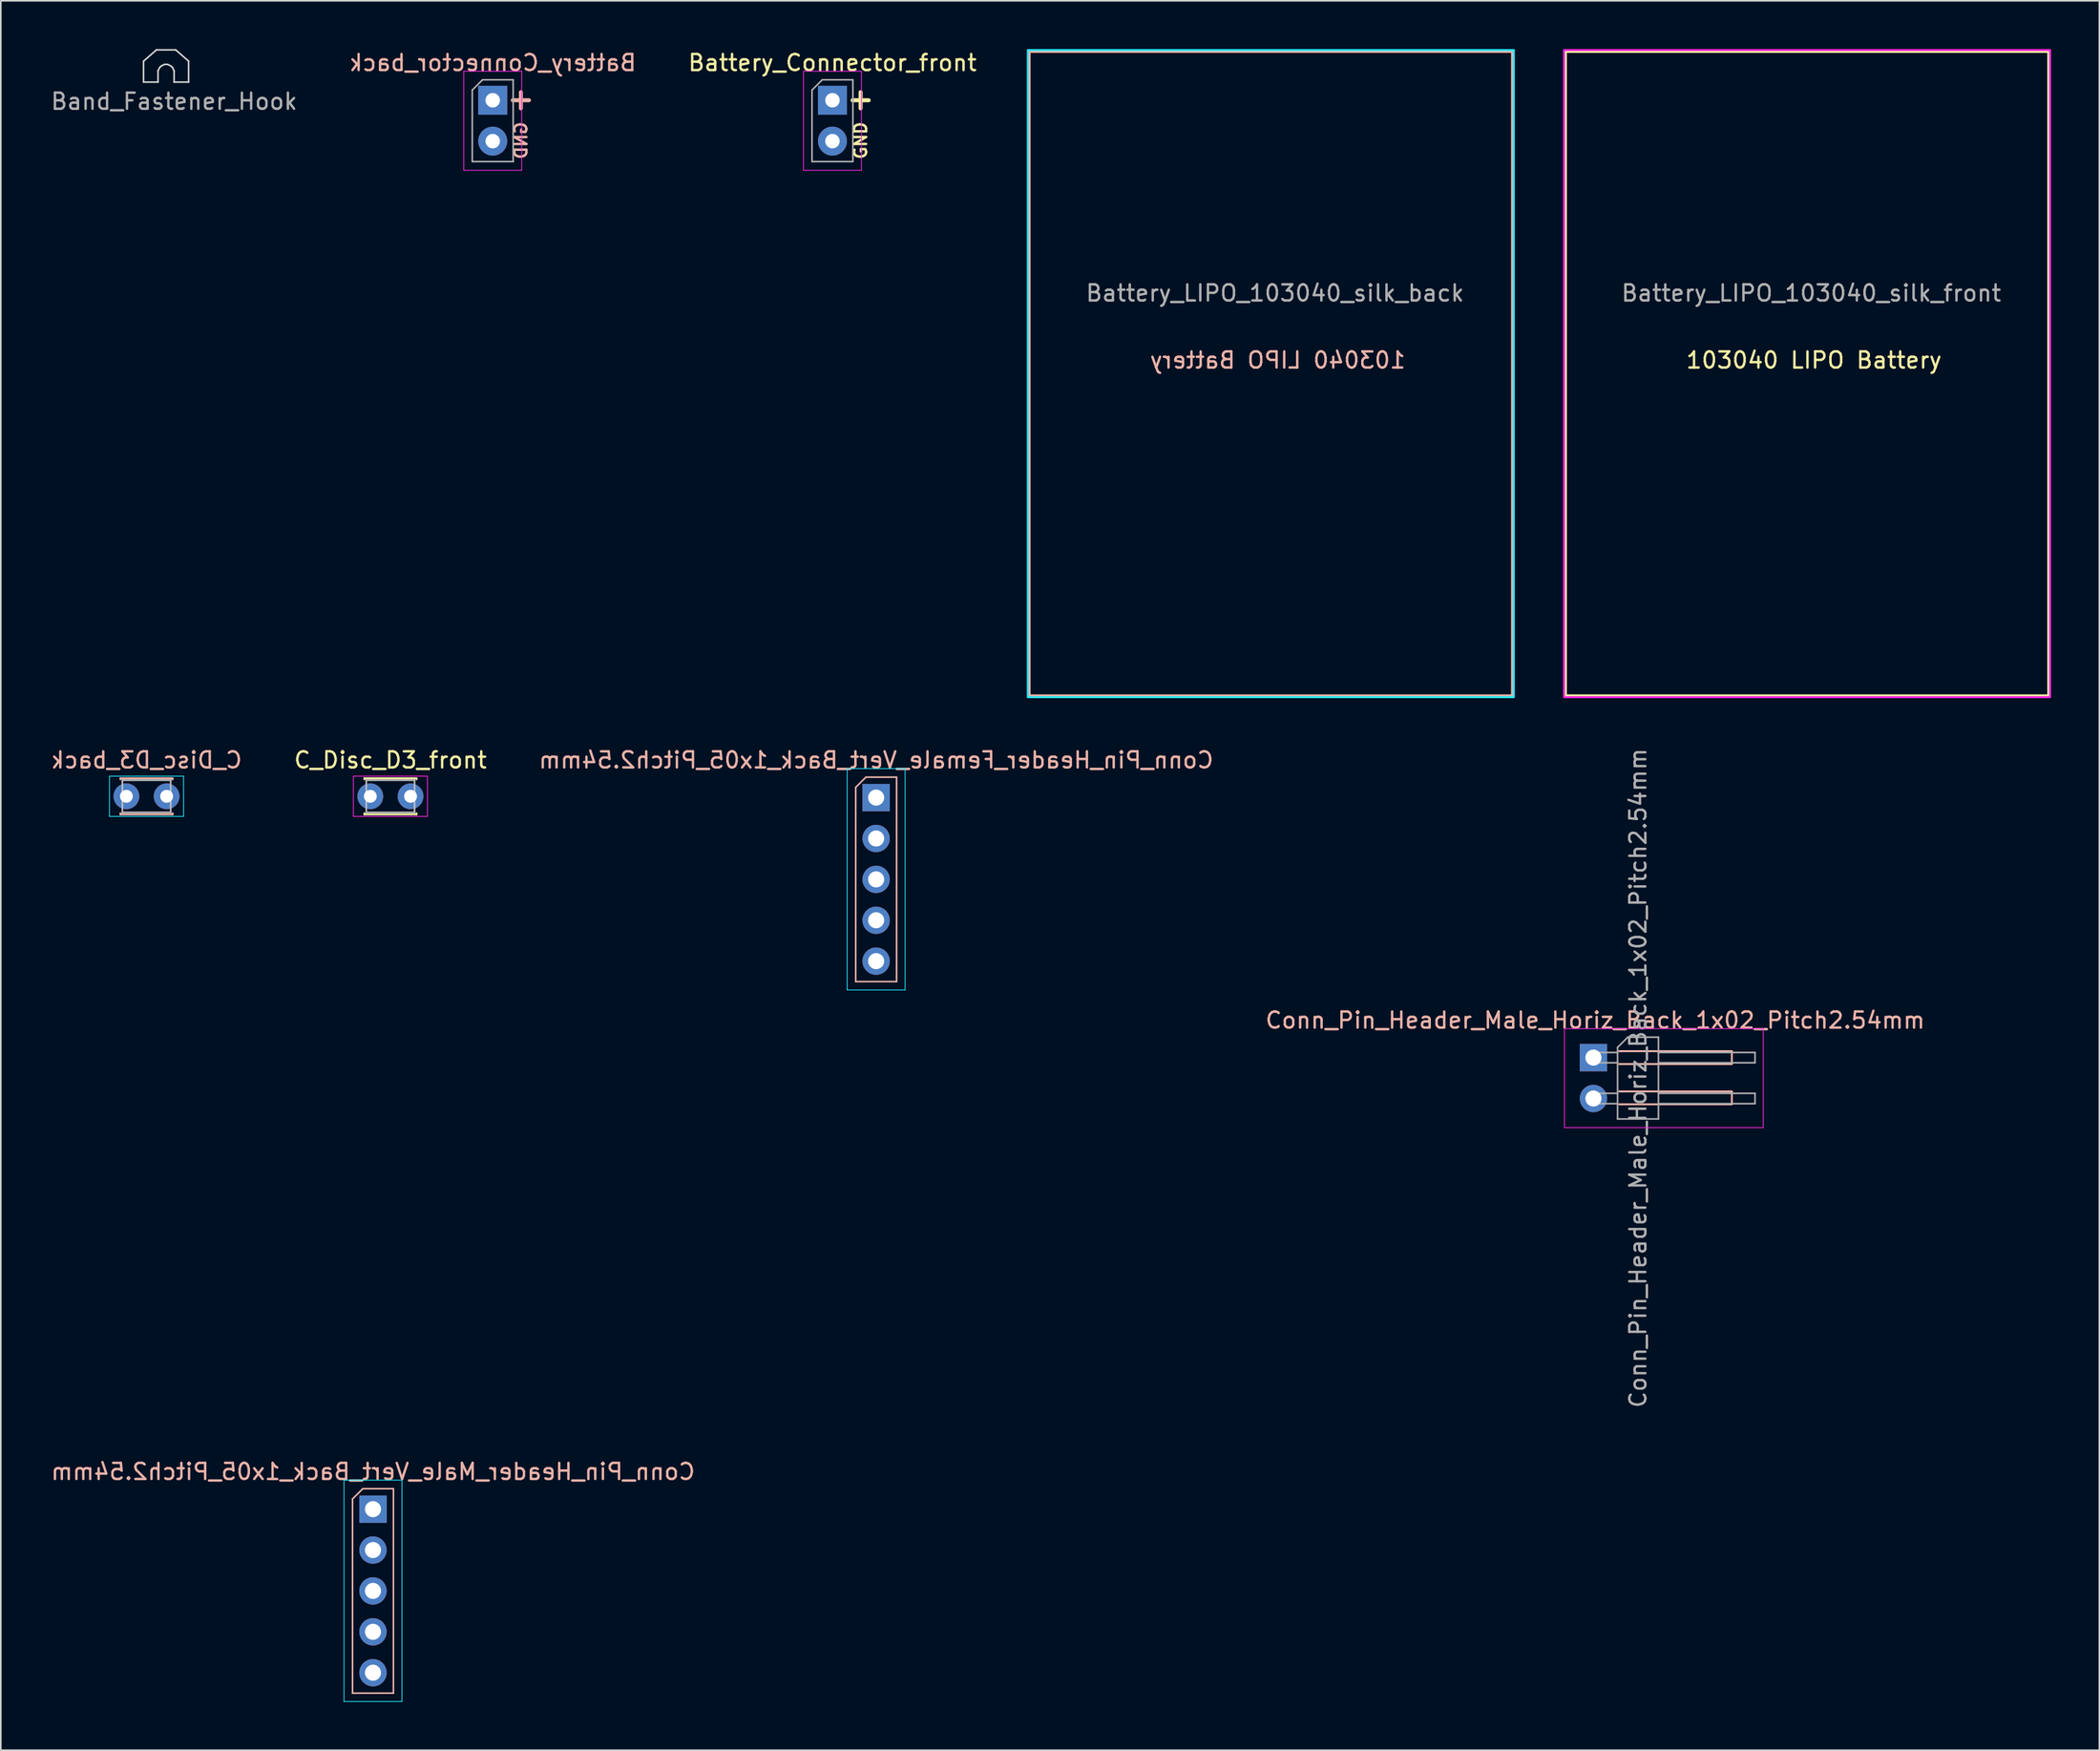
<source format=kicad_pcb>
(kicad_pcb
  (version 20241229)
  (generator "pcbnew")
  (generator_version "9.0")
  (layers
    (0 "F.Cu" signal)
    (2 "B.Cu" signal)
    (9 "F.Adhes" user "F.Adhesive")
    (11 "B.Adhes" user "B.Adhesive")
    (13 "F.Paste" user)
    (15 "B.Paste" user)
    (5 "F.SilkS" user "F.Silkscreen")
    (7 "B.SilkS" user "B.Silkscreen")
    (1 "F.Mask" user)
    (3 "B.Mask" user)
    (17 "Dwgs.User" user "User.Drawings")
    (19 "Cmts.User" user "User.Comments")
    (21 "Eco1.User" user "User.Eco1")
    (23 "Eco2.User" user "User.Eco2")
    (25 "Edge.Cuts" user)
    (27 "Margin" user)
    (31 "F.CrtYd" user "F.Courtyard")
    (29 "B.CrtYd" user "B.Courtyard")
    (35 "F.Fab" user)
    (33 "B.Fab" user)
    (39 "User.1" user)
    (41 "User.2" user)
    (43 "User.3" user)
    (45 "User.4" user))
  (footprint "Conn_Pin_Header_Male_Horiz_Back_1x02_Pitch2.54mm"
    (layer "F.Cu")
    (at 95.955 62.651)
    (property "Reference" "Conn_Pin_Header_Male_Horiz_Back_1x02_Pitch2.54mm" (at 0.11 -2.32 0) (layer "B.SilkS") (effects (font (size 1 1) (thickness 0.15))))
    (attr through_hole)
    (fp_line (start 1.6 -0.4) (end 8.6 -0.4) (stroke (width 0.12) (type default)) (layer "B.SilkS"))
    (fp_line (start 1.6 2.1) (end 8.6 2.1) (stroke (width 0.12) (type default)) (layer "B.SilkS"))
    (fp_line (start 8.6 -0.4) (end 8.6 0.4) (stroke (width 0.12) (type default)) (layer "B.SilkS"))
    (fp_line (start 8.6 0.4) (end 1.6 0.4) (stroke (width 0.12) (type default)) (layer "B.SilkS"))
    (fp_line (start 8.6 2.1) (end 8.6 2.9) (stroke (width 0.12) (type default)) (layer "B.SilkS"))
    (fp_line (start 8.6 2.9) (end 1.6 2.9) (stroke (width 0.12) (type default)) (layer "B.SilkS"))
    (fp_line (start -1.8 -1.8) (end -1.8 4.35) (stroke (width 0.05) (type solid)) (layer "F.CrtYd"))
    (fp_line (start -1.8 4.35) (end 10.55 4.35) (stroke (width 0.05) (type solid)) (layer "F.CrtYd"))
    (fp_line (start 10.55 -1.8) (end -1.8 -1.8) (stroke (width 0.05) (type solid)) (layer "F.CrtYd"))
    (fp_line (start 10.55 4.35) (end 10.55 -1.8) (stroke (width 0.05) (type solid)) (layer "F.CrtYd"))
    (fp_line (start -0.32 -0.32) (end -0.32 0.32) (stroke (width 0.1) (type solid)) (layer "F.Fab"))
    (fp_line (start -0.32 -0.32) (end 1.5 -0.32) (stroke (width 0.1) (type solid)) (layer "F.Fab"))
    (fp_line (start -0.32 0.32) (end 1.5 0.32) (stroke (width 0.1) (type solid)) (layer "F.Fab"))
    (fp_line (start -0.32 2.22) (end -0.32 2.86) (stroke (width 0.1) (type solid)) (layer "F.Fab"))
    (fp_line (start -0.32 2.22) (end 1.5 2.22) (stroke (width 0.1) (type solid)) (layer "F.Fab"))
    (fp_line (start -0.32 2.86) (end 1.5 2.86) (stroke (width 0.1) (type solid)) (layer "F.Fab"))
    (fp_line (start 1.5 -0.635) (end 2.135 -1.27) (stroke (width 0.1) (type solid)) (layer "F.Fab"))
    (fp_line (start 1.5 3.81) (end 1.5 -0.635) (stroke (width 0.1) (type solid)) (layer "F.Fab"))
    (fp_line (start 2.135 -1.27) (end 4.04 -1.27) (stroke (width 0.1) (type solid)) (layer "F.Fab"))
    (fp_line (start 4.04 -1.27) (end 4.04 3.81) (stroke (width 0.1) (type solid)) (layer "F.Fab"))
    (fp_line (start 4.04 -0.32) (end 10.04 -0.32) (stroke (width 0.1) (type solid)) (layer "F.Fab"))
    (fp_line (start 4.04 0.32) (end 10.04 0.32) (stroke (width 0.1) (type solid)) (layer "F.Fab"))
    (fp_line (start 4.04 2.22) (end 10.04 2.22) (stroke (width 0.1) (type solid)) (layer "F.Fab"))
    (fp_line (start 4.04 2.86) (end 10.04 2.86) (stroke (width 0.1) (type solid)) (layer "F.Fab"))
    (fp_line (start 4.04 3.81) (end 1.5 3.81) (stroke (width 0.1) (type solid)) (layer "F.Fab"))
    (fp_line (start 10.04 -0.32) (end 10.04 0.32) (stroke (width 0.1) (type solid)) (layer "F.Fab"))
    (fp_line (start 10.04 2.22) (end 10.04 2.86) (stroke (width 0.1) (type solid)) (layer "F.Fab"))
    (fp_text user "${REFERENCE}" (at 2.77 1.27 90) (layer "F.Fab") (effects (font (size 1 1) (thickness 0.15))))
    (pad "1" thru_hole rect (at 0 0) (size 1.7 1.7) (drill 1) (layers "*.Cu" "*.Mask"))
    (pad "2" thru_hole oval (at 0 2.54) (size 1.7 1.7) (drill 1) (layers "*.Cu" "*.Mask")))
  (footprint "C_Disc_D3_front"
    (layer "F.Cu")
    (at 19.958 46.418)
    (property "Reference" "C_Disc_D3_front" (at 1.25 -2.25 0) (layer "F.SilkS") (effects (font (size 1 1) (thickness 0.15))))
    (attr through_hole)
    (fp_line (start -0.37 -1.12) (end -0.37 -1.055) (stroke (width 0.12) (type solid)) (layer "F.SilkS"))
    (fp_line (start -0.37 -1.12) (end 2.87 -1.12) (stroke (width 0.12) (type solid)) (layer "F.SilkS"))
    (fp_line (start -0.37 1.055) (end -0.37 1.12) (stroke (width 0.12) (type solid)) (layer "F.SilkS"))
    (fp_line (start -0.37 1.12) (end 2.87 1.12) (stroke (width 0.12) (type solid)) (layer "F.SilkS"))
    (fp_line (start 2.87 -1.12) (end 2.87 -1.055) (stroke (width 0.12) (type solid)) (layer "F.SilkS"))
    (fp_line (start 2.87 1.055) (end 2.87 1.12) (stroke (width 0.12) (type solid)) (layer "F.SilkS"))
    (fp_line (start -0.25 -1) (end -0.25 1) (stroke (width 0.1) (type solid)) (layer "Dwgs.User"))
    (fp_line (start -0.25 1) (end 2.75 1) (stroke (width 0.1) (type solid)) (layer "Dwgs.User"))
    (fp_line (start 2.75 -1) (end -0.25 -1) (stroke (width 0.1) (type solid)) (layer "Dwgs.User"))
    (fp_line (start 2.75 1) (end 2.75 -1) (stroke (width 0.1) (type solid)) (layer "Dwgs.User"))
    (fp_line (start -1.05 -1.25) (end -1.05 1.25) (stroke (width 0.05) (type solid)) (layer "F.CrtYd"))
    (fp_line (start -1.05 1.25) (end 3.55 1.25) (stroke (width 0.05) (type solid)) (layer "F.CrtYd"))
    (fp_line (start 3.55 -1.25) (end -1.05 -1.25) (stroke (width 0.05) (type solid)) (layer "F.CrtYd"))
    (fp_line (start 3.55 1.25) (end 3.55 -1.25) (stroke (width 0.05) (type solid)) (layer "F.CrtYd"))
    (pad "1" thru_hole circle (at 0 0) (size 1.6 1.6) (drill 0.8) (layers "*.Cu" "*.Mask"))
    (pad "2" thru_hole circle (at 2.5 0) (size 1.6 1.6) (drill 0.8) (layers "*.Cu" "*.Mask")))
  (footprint "Battery_Connector_back"
    (layer "F.Cu")
    (at 27.565 3.178)
    (property "Reference" "Battery_Connector_back" (at 0 -2.33 0) (layer "B.SilkS") (effects (font (size 1 1) (thickness 0.15)) (justify mirror)))
    (attr through_hole)
    (fp_line (start 1.25 0) (end 2.25 0) (stroke (width 0.25) (type solid)) (layer "B.SilkS"))
    (fp_line (start 1.75 -0.5) (end 1.75 0.5) (stroke (width 0.25) (type solid)) (layer "B.SilkS"))
    (fp_line (start -1.8 -1.8) (end -1.8 4.35) (stroke (width 0.05) (type solid)) (layer "F.CrtYd"))
    (fp_line (start -1.8 4.35) (end 1.8 4.35) (stroke (width 0.05) (type solid)) (layer "F.CrtYd"))
    (fp_line (start 1.8 -1.8) (end -1.8 -1.8) (stroke (width 0.05) (type solid)) (layer "F.CrtYd"))
    (fp_line (start 1.8 4.35) (end 1.8 -1.8) (stroke (width 0.05) (type solid)) (layer "F.CrtYd"))
    (fp_line (start -1.27 -0.635) (end -0.635 -1.27) (stroke (width 0.1) (type solid)) (layer "F.Fab"))
    (fp_line (start -1.27 3.81) (end -1.27 -0.635) (stroke (width 0.1) (type solid)) (layer "F.Fab"))
    (fp_line (start -0.635 -1.27) (end 1.27 -1.27) (stroke (width 0.1) (type solid)) (layer "F.Fab"))
    (fp_line (start 1.27 -1.27) (end 1.27 3.81) (stroke (width 0.1) (type solid)) (layer "F.Fab"))
    (fp_line (start 1.27 3.81) (end -1.27 3.81) (stroke (width 0.1) (type solid)) (layer "F.Fab"))
    (fp_text user "GND" (at 1.75 2.5 90) (unlocked yes) (layer "B.SilkS") (effects (font (size 0.75 0.75) (thickness 0.15)) (justify mirror)))
    (pad "1" thru_hole rect (at 0 0) (size 1.8 1.8) (drill 0.9) (layers "*.Cu" "*.Mask"))
    (pad "2" thru_hole circle (at 0 2.54) (size 1.8 1.8) (drill 0.9) (layers "*.Cu" "*.Mask")))
  (footprint "Band_Fastener_Hook"
    (layer "F.Cu")
    (at 7.268 1.75)
    (property "Reference" "Band_Fastener_Hook" (at 0.5 1.5 0) (unlocked yes) (layer "F.Fab") (effects (font (size 1 1) (thickness 0.15))))
    (fp_line (start -1.4 -1) (end -0.6 -1.7) (stroke (width 0.1) (type solid)) (layer "Edge.Cuts"))
    (fp_line (start -1.4 0.3) (end -1.4 -1) (stroke (width 0.1) (type solid)) (layer "Edge.Cuts"))
    (fp_line (start -0.5 -0.4) (end -0.5 0.3) (stroke (width 0.1) (type solid)) (layer "Edge.Cuts"))
    (fp_line (start -0.5 0.3) (end -1.4 0.3) (stroke (width 0.1) (type solid)) (layer "Edge.Cuts"))
    (fp_line (start -0.4 -0.6) (end -0.5 -0.4) (stroke (width 0.1) (type solid)) (layer "Edge.Cuts"))
    (fp_line (start -0.3 -0.7) (end -0.4 -0.6) (stroke (width 0.1) (type solid)) (layer "Edge.Cuts"))
    (fp_line (start -0.1 -0.8) (end -0.3 -0.7) (stroke (width 0.1) (type solid)) (layer "Edge.Cuts"))
    (fp_line (start 0.1 -0.8) (end -0.1 -0.8) (stroke (width 0.1) (type solid)) (layer "Edge.Cuts"))
    (fp_line (start 0.3 -0.7) (end 0.1 -0.8) (stroke (width 0.1) (type solid)) (layer "Edge.Cuts"))
    (fp_line (start 0.4 -0.6) (end 0.3 -0.7) (stroke (width 0.1) (type solid)) (layer "Edge.Cuts"))
    (fp_line (start 0.5 -0.4) (end 0.4 -0.6) (stroke (width 0.1) (type solid)) (layer "Edge.Cuts"))
    (fp_line (start 0.5 0.3) (end 0.5 -0.4) (stroke (width 0.1) (type solid)) (layer "Edge.Cuts"))
    (fp_line (start 0.6 -1.7) (end -0.6 -1.7) (stroke (width 0.1) (type solid)) (layer "Edge.Cuts"))
    (fp_line (start 0.6 -1.7) (end 1.4 -1) (stroke (width 0.1) (type solid)) (layer "Edge.Cuts"))
    (fp_line (start 1.4 -1) (end 1.4 0.3) (stroke (width 0.1) (type solid)) (layer "Edge.Cuts"))
    (fp_line (start 1.4 0.3) (end 0.5 0.3) (stroke (width 0.1) (type solid)) (layer "Edge.Cuts")))
  (footprint "C_Disc_D3_back"
    (layer "F.Cu")
    (at 4.804 46.418)
    (property "Reference" "C_Disc_D3_back" (at 1.25 -2.25 0) (layer "B.SilkS") (effects (font (size 1 1) (thickness 0.15)) (justify mirror)))
    (attr through_hole)
    (fp_line (start -0.37 -1.12) (end -0.37 -1.055) (stroke (width 0.12) (type solid)) (layer "B.SilkS"))
    (fp_line (start -0.37 -1.12) (end 2.87 -1.12) (stroke (width 0.12) (type solid)) (layer "B.SilkS"))
    (fp_line (start -0.37 1.055) (end -0.37 1.12) (stroke (width 0.12) (type solid)) (layer "B.SilkS"))
    (fp_line (start -0.37 1.12) (end 2.87 1.12) (stroke (width 0.12) (type solid)) (layer "B.SilkS"))
    (fp_line (start 2.87 -1.12) (end 2.87 -1.055) (stroke (width 0.12) (type solid)) (layer "B.SilkS"))
    (fp_line (start 2.87 1.055) (end 2.87 1.12) (stroke (width 0.12) (type solid)) (layer "B.SilkS"))
    (fp_line (start -0.25 -1) (end -0.25 1) (stroke (width 0.1) (type solid)) (layer "Dwgs.User"))
    (fp_line (start -0.25 1) (end 2.75 1) (stroke (width 0.1) (type solid)) (layer "Dwgs.User"))
    (fp_line (start 2.75 -1) (end -0.25 -1) (stroke (width 0.1) (type solid)) (layer "Dwgs.User"))
    (fp_line (start 2.75 1) (end 2.75 -1) (stroke (width 0.1) (type solid)) (layer "Dwgs.User"))
    (fp_line (start -1.05 -1.25) (end -1.05 1.25) (stroke (width 0.05) (type solid)) (layer "B.CrtYd"))
    (fp_line (start -1.05 1.25) (end 3.55 1.25) (stroke (width 0.05) (type solid)) (layer "B.CrtYd"))
    (fp_line (start 3.55 -1.25) (end -1.05 -1.25) (stroke (width 0.05) (type solid)) (layer "B.CrtYd"))
    (fp_line (start 3.55 1.25) (end 3.55 -1.25) (stroke (width 0.05) (type solid)) (layer "B.CrtYd"))
    (pad "1" thru_hole circle (at 0 0) (size 1.6 1.6) (drill 0.8) (layers "*.Cu" "*.Mask"))
    (pad "2" thru_hole circle (at 2.5 0) (size 1.6 1.6) (drill 0.8) (layers "*.Cu" "*.Mask")))
  (footprint "Conn_Pin_Header_Male_Vert_Back_1x05_Pitch2.54mm"
    (layer "F.Cu")
    (at 20.125 90.701)
    (property "Reference" "Conn_Pin_Header_Male_Vert_Back_1x05_Pitch2.54mm" (at 0 -2.33 0) (layer "B.SilkS") (effects (font (size 1 1) (thickness 0.15)) (justify mirror)))
    (attr through_hole)
    (fp_line (start -1.27 -0.635) (end -0.635 -1.27) (stroke (width 0.1) (type solid)) (layer "B.SilkS"))
    (fp_line (start -1.27 11.43) (end -1.27 -0.635) (stroke (width 0.1) (type solid)) (layer "B.SilkS"))
    (fp_line (start -0.635 -1.27) (end 1.27 -1.27) (stroke (width 0.1) (type solid)) (layer "B.SilkS"))
    (fp_line (start 1.27 -1.27) (end 1.27 11.43) (stroke (width 0.1) (type solid)) (layer "B.SilkS"))
    (fp_line (start 1.27 11.43) (end -1.27 11.43) (stroke (width 0.1) (type solid)) (layer "B.SilkS"))
    (fp_line (start -1.8 -1.8) (end -1.8 11.95) (stroke (width 0.05) (type solid)) (layer "B.CrtYd"))
    (fp_line (start -1.8 11.95) (end 1.8 11.95) (stroke (width 0.05) (type solid)) (layer "B.CrtYd"))
    (fp_line (start 1.8 -1.8) (end -1.8 -1.8) (stroke (width 0.05) (type solid)) (layer "B.CrtYd"))
    (fp_line (start 1.8 11.95) (end 1.8 -1.8) (stroke (width 0.05) (type solid)) (layer "B.CrtYd"))
    (pad "1" thru_hole rect (at 0 0) (size 1.7 1.7) (drill 1) (layers "*.Cu" "*.Mask"))
    (pad "2" thru_hole oval (at 0 2.54) (size 1.7 1.7) (drill 1) (layers "*.Cu" "*.Mask"))
    (pad "3" thru_hole oval (at 0 5.08) (size 1.7 1.7) (drill 1) (layers "*.Cu" "*.Mask"))
    (pad "4" thru_hole oval (at 0 7.62) (size 1.7 1.7) (drill 1) (layers "*.Cu" "*.Mask"))
    (pad "5" thru_hole oval (at 0 10.16) (size 1.7 1.7) (drill 1) (layers "*.Cu" "*.Mask")))
  (footprint "Conn_Pin_Header_Female_Vert_Back_1x05_Pitch2.54mm"
    (layer "F.Cu")
    (at 51.387 46.498)
    (property "Reference" "Conn_Pin_Header_Female_Vert_Back_1x05_Pitch2.54mm" (at 0 -2.33 0) (layer "B.SilkS") (effects (font (size 1 1) (thickness 0.15)) (justify mirror)))
    (attr through_hole)
    (fp_line (start -1.27 -0.635) (end -0.635 -1.27) (stroke (width 0.1) (type solid)) (layer "B.SilkS"))
    (fp_line (start -1.27 11.43) (end -1.27 -0.635) (stroke (width 0.1) (type solid)) (layer "B.SilkS"))
    (fp_line (start -0.635 -1.27) (end 1.27 -1.27) (stroke (width 0.1) (type solid)) (layer "B.SilkS"))
    (fp_line (start 1.27 -1.27) (end 1.27 11.43) (stroke (width 0.1) (type solid)) (layer "B.SilkS"))
    (fp_line (start 1.27 11.43) (end -1.27 11.43) (stroke (width 0.1) (type solid)) (layer "B.SilkS"))
    (fp_line (start -1.8 -1.8) (end -1.8 11.95) (stroke (width 0.05) (type solid)) (layer "B.CrtYd"))
    (fp_line (start -1.8 11.95) (end 1.8 11.95) (stroke (width 0.05) (type solid)) (layer "B.CrtYd"))
    (fp_line (start 1.8 -1.8) (end -1.8 -1.8) (stroke (width 0.05) (type solid)) (layer "B.CrtYd"))
    (fp_line (start 1.8 11.95) (end 1.8 -1.8) (stroke (width 0.05) (type solid)) (layer "B.CrtYd"))
    (pad "1" thru_hole rect (at 0 0) (size 1.7 1.7) (drill 1) (layers "*.Cu" "*.Mask"))
    (pad "2" thru_hole oval (at 0 2.54) (size 1.7 1.7) (drill 1) (layers "*.Cu" "*.Mask"))
    (pad "3" thru_hole oval (at 0 5.08) (size 1.7 1.7) (drill 1) (layers "*.Cu" "*.Mask"))
    (pad "4" thru_hole oval (at 0 7.62) (size 1.7 1.7) (drill 1) (layers "*.Cu" "*.Mask"))
    (pad "5" thru_hole oval (at 0 10.16) (size 1.7 1.7) (drill 1) (layers "*.Cu" "*.Mask")))
  (footprint "Battery_Connector_front"
    (layer "F.Cu")
    (at 48.673 3.178)
    (property "Reference" "Battery_Connector_front" (at 0 -2.33 0) (layer "F.SilkS") (effects (font (size 1 1) (thickness 0.15))))
    (attr through_hole)
    (fp_line (start 1.25 0) (end 2.25 0) (stroke (width 0.25) (type solid)) (layer "F.SilkS"))
    (fp_line (start 1.75 -0.5) (end 1.75 0.5) (stroke (width 0.25) (type solid)) (layer "F.SilkS"))
    (fp_line (start -1.8 -1.8) (end -1.8 4.35) (stroke (width 0.05) (type solid)) (layer "F.CrtYd"))
    (fp_line (start -1.8 4.35) (end 1.8 4.35) (stroke (width 0.05) (type solid)) (layer "F.CrtYd"))
    (fp_line (start 1.8 -1.8) (end -1.8 -1.8) (stroke (width 0.05) (type solid)) (layer "F.CrtYd"))
    (fp_line (start 1.8 4.35) (end 1.8 -1.8) (stroke (width 0.05) (type solid)) (layer "F.CrtYd"))
    (fp_line (start -1.27 -0.635) (end -0.635 -1.27) (stroke (width 0.1) (type solid)) (layer "F.Fab"))
    (fp_line (start -1.27 3.81) (end -1.27 -0.635) (stroke (width 0.1) (type solid)) (layer "F.Fab"))
    (fp_line (start -0.635 -1.27) (end 1.27 -1.27) (stroke (width 0.1) (type solid)) (layer "F.Fab"))
    (fp_line (start 1.27 -1.27) (end 1.27 3.81) (stroke (width 0.1) (type solid)) (layer "F.Fab"))
    (fp_line (start 1.27 3.81) (end -1.27 3.81) (stroke (width 0.1) (type solid)) (layer "F.Fab"))
    (fp_text user "GND" (at 1.75 2.5 90) (unlocked yes) (layer "F.SilkS") (effects (font (size 0.75 0.75) (thickness 0.15))))
    (pad "1" thru_hole rect (at 0 0) (size 1.8 1.8) (drill 0.9) (layers "*.Cu" "*.Mask"))
    (pad "2" thru_hole circle (at 0 2.54) (size 1.8 1.8) (drill 0.9) (layers "*.Cu" "*.Mask")))
  (footprint "Battery_LIPO_103040_silk_front"
    (layer "F.Cu")
    (at 109.23 20.16)
    (property "Reference" "Battery_LIPO_103040_silk_front" (at 0.26 -5 0) (layer "F.Fab") (effects (font (size 1 1) (thickness 0.15))))
    (attr through_hole)
    (fp_rect (start -15 -20) (end 15 20) (stroke (width 0.15) (type default)) (fill no) (layer "F.SilkS"))
    (fp_rect (start -15.1 -20.1) (end 15.1 20.1) (stroke (width 0.12) (type default)) (fill no) (layer "F.CrtYd"))
    (fp_text user "103040 LIPO Battery" (at -7.6 -0.25 0) (unlocked yes) (layer "F.SilkS") (effects (font (size 1 1) (thickness 0.15)) (justify left bottom))))
  (footprint "Battery_LIPO_103040_silk_back"
    (layer "F.Cu")
    (at 75.91 20.16)
    (property "Reference" "Battery_LIPO_103040_silk_back" (at 0.26 -5 0) (layer "F.Fab") (effects (font (size 1 1) (thickness 0.15))))
    (attr through_hole)
    (fp_rect (start -15 -20) (end 15 20) (stroke (width 0.15) (type default)) (fill no) (layer "B.SilkS"))
    (fp_rect (start -15.1 -20.1) (end 15.1 20.1) (stroke (width 0.12) (type default)) (fill no) (layer "B.CrtYd"))
    (fp_text user "103040 LIPO Battery" (at -7.6 -0.25 0) (unlocked yes) (layer "B.SilkS") (effects (font (size 1 1) (thickness 0.15)) (justify right bottom mirror))))
  (gr_rect
    (start -3 -3)
    (end 127.39 105.676)
    (stroke (width 0.1) (type default))
    (fill no)
    (layer "Edge.Cuts")))
</source>
